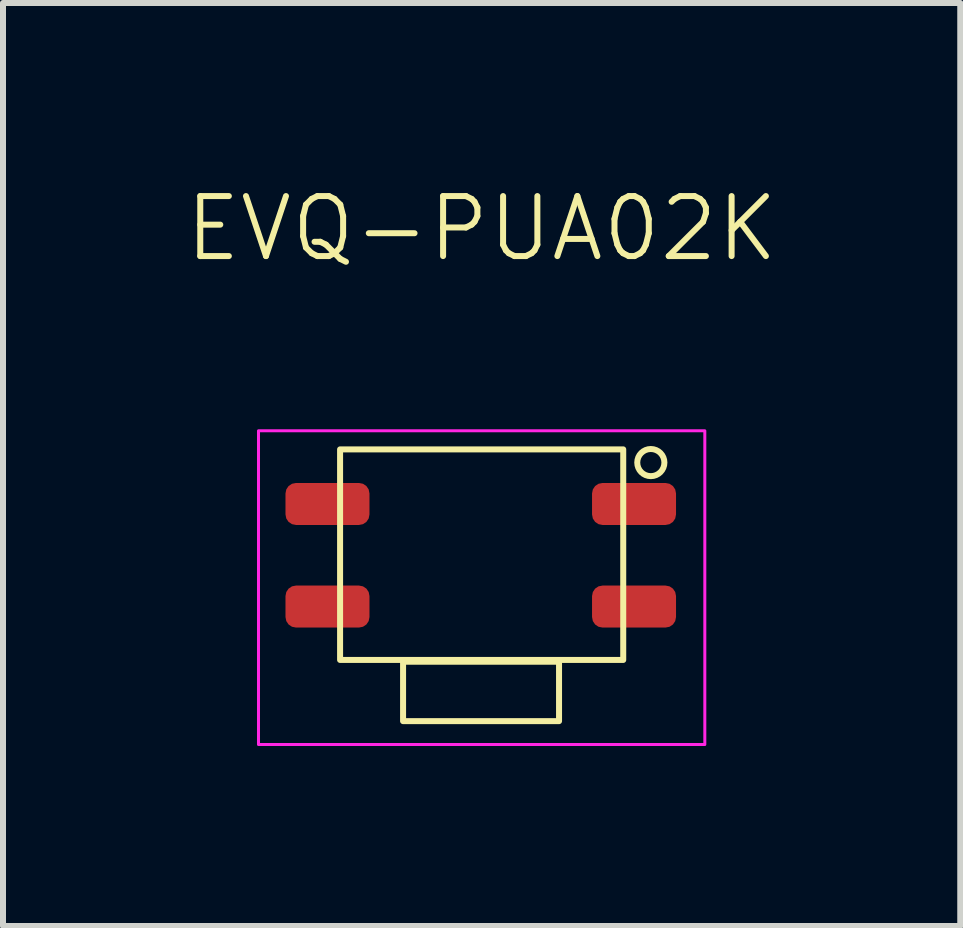
<source format=kicad_pcb>
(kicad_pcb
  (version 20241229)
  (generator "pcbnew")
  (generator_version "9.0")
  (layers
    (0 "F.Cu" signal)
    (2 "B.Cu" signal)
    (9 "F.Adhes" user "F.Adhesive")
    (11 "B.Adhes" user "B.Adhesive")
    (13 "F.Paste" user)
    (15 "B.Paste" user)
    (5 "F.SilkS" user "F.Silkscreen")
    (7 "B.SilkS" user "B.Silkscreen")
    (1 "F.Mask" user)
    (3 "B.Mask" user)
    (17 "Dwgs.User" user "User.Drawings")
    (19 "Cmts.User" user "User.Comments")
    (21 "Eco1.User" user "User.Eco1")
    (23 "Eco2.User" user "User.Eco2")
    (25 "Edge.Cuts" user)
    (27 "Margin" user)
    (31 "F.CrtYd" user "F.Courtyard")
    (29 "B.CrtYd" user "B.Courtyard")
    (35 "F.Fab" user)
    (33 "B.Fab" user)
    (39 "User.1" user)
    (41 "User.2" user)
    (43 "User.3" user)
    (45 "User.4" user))
  (footprint "EVQ-PUA02K"
    (layer "F.Cu")
    (at 4.969 6.261)
    (property "Reference" "EVQ-PUA02K" (at 0.01 -5.5 0) (unlocked yes) (layer "F.SilkS") (effects (font (size 1 1) (thickness 0.1))))
    (attr smd)
    (fp_rect (start -2.35 -1.82) (end 2.37 1.69) (stroke (width 0.1) (type default)) (fill no) (layer "F.SilkS"))
    (fp_rect (start -1.3 1.72) (end 1.3 2.71) (stroke (width 0.1) (type default)) (fill no) (layer "F.SilkS"))
    (fp_circle (center 2.83 -1.6) (end 2.99 -1.44) (stroke (width 0.1) (type default)) (fill no) (layer "F.SilkS"))
    (fp_rect (start -3.71 -2.13) (end 3.73 3.1) (stroke (width 0.05) (type default)) (fill no) (layer "F.CrtYd"))
    (fp_text user " " (at 0.39 -2.27 0) (unlocked yes) (layer "F.Fab") (effects (font (size 1 1) (thickness 0.15))))
    (pad "1" smd roundrect (at 2.55 -0.91) (size 1.4 0.7) (layers "F.Cu" "F.Mask" "F.Paste") (roundrect_rratio 0.25))
    (pad "2" smd roundrect (at 2.55 0.8) (size 1.4 0.7) (layers "F.Cu" "F.Mask" "F.Paste") (roundrect_rratio 0.25))
    (pad "3" smd roundrect (at -2.56 -0.91) (size 1.4 0.7) (layers "F.Cu" "F.Mask" "F.Paste") (roundrect_rratio 0.25))
    (pad "4" smd roundrect (at -2.56 0.8) (size 1.4 0.7) (layers "F.Cu" "F.Mask" "F.Paste") (roundrect_rratio 0.25)))
  (gr_rect
    (start -3 -3)
    (end 12.957 12.386)
    (stroke (width 0.1) (type default))
    (fill no)
    (layer "Edge.Cuts")))
</source>
